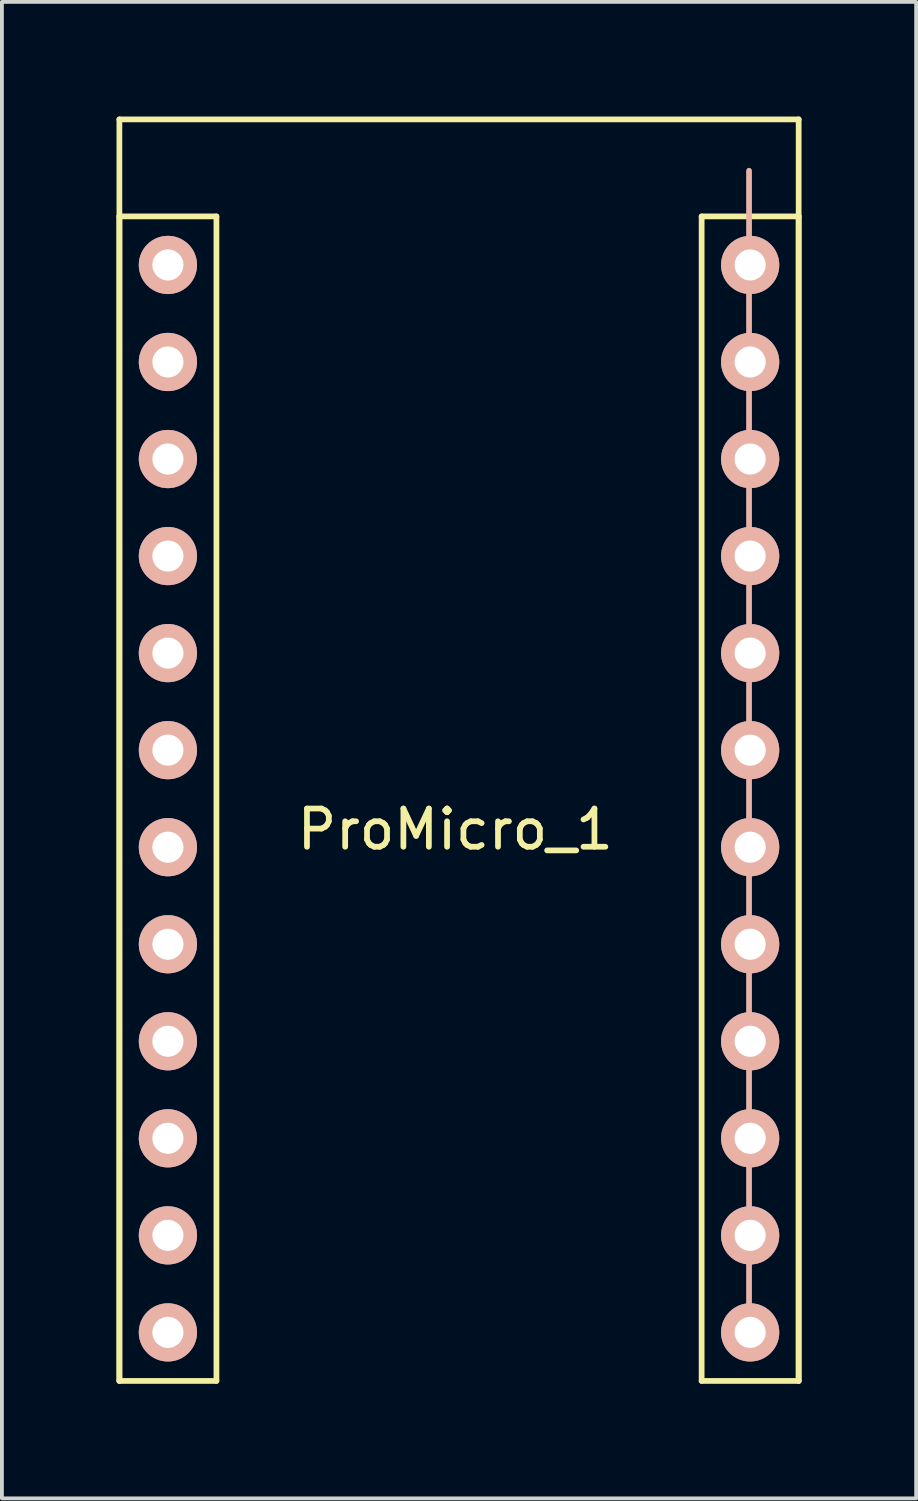
<source format=kicad_pcb>
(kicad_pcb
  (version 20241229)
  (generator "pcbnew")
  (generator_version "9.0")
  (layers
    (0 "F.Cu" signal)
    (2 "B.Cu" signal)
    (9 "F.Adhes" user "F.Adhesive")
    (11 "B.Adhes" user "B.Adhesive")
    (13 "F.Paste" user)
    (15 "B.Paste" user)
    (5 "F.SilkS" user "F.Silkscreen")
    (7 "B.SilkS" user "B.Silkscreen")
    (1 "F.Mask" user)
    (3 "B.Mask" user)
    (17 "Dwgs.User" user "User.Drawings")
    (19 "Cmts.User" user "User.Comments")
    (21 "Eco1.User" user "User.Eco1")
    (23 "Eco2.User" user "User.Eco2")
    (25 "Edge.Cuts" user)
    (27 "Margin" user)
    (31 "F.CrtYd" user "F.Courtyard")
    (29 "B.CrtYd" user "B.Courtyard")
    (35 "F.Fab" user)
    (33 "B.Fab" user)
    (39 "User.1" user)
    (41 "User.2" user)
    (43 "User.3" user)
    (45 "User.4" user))
  (footprint "ProMicro_1"
    (layer "F.Cu")
    (at 8.866 17.459)
    (property "Reference" "ProMicro_1" (at 0 1.2 0) (layer "F.SilkS") (effects (font (size 1 1) (thickness 0.15))))
    (attr through_hole)
    (fp_line (start -8.791 -17.384) (end -8.791 15.636) (stroke (width 0.15) (type solid)) (layer "F.SilkS"))
    (fp_line (start -8.791 -14.844) (end -8.791 15.636) (stroke (width 0.15) (type solid)) (layer "F.SilkS"))
    (fp_line (start -8.791 15.636) (end -6.251 15.636) (stroke (width 0.15) (type solid)) (layer "F.SilkS"))
    (fp_line (start -6.251 -14.844) (end -8.791 -14.844) (stroke (width 0.15) (type solid)) (layer "F.SilkS"))
    (fp_line (start -6.251 15.636) (end -6.251 -14.844) (stroke (width 0.15) (type solid)) (layer "F.SilkS"))
    (fp_line (start 6.449 -14.844) (end 6.449 15.636) (stroke (width 0.15) (type solid)) (layer "F.SilkS"))
    (fp_line (start 6.449 15.636) (end 8.989 15.636) (stroke (width 0.15) (type solid)) (layer "F.SilkS"))
    (fp_line (start 8.989 -17.384) (end -8.791 -17.384) (stroke (width 0.15) (type solid)) (layer "F.SilkS"))
    (fp_line (start 8.989 -14.844) (end 6.449 -14.844) (stroke (width 0.15) (type solid)) (layer "F.SilkS"))
    (fp_line (start 8.989 15.636) (end 8.989 -17.384) (stroke (width 0.15) (type solid)) (layer "F.SilkS"))
    (fp_line (start 8.989 15.636) (end 8.989 -14.844) (stroke (width 0.15) (type solid)) (layer "F.SilkS"))
    (fp_line (start 7.69 -16.04) (end 7.69 14.44) (stroke (width 0.15) (type solid)) (layer "B.SilkS"))
    (pad "1" thru_hole circle (at 7.719 -13.574 180) (size 1.524 1.524) (drill 0.813) (layers "*.Cu" "*.Mask" "B.SilkS"))
    (pad "2" thru_hole circle (at 7.719 -11.034 180) (size 1.524 1.524) (drill 0.813) (layers "*.Cu" "*.Mask" "B.SilkS"))
    (pad "3" thru_hole circle (at 7.719 -8.494 180) (size 1.524 1.524) (drill 0.813) (layers "*.Cu" "*.Mask" "B.SilkS"))
    (pad "4" thru_hole circle (at 7.719 -5.954 180) (size 1.524 1.524) (drill 0.813) (layers "*.Cu" "*.Mask" "B.SilkS"))
    (pad "5" thru_hole circle (at 7.719 -3.414 180) (size 1.524 1.524) (drill 0.813) (layers "*.Cu" "*.Mask" "B.SilkS"))
    (pad "6" thru_hole circle (at 7.719 -0.874 180) (size 1.524 1.524) (drill 0.813) (layers "*.Cu" "*.Mask" "B.SilkS"))
    (pad "7" thru_hole circle (at 7.719 1.666 180) (size 1.524 1.524) (drill 0.813) (layers "*.Cu" "*.Mask" "B.SilkS"))
    (pad "8" thru_hole circle (at 7.719 4.206 180) (size 1.524 1.524) (drill 0.813) (layers "*.Cu" "*.Mask" "B.SilkS"))
    (pad "9" thru_hole circle (at 7.719 6.746 180) (size 1.524 1.524) (drill 0.813) (layers "*.Cu" "*.Mask" "B.SilkS"))
    (pad "10" thru_hole circle (at 7.719 9.286 180) (size 1.524 1.524) (drill 0.813) (layers "*.Cu" "*.Mask" "B.SilkS"))
    (pad "11" thru_hole circle (at 7.719 11.826 180) (size 1.524 1.524) (drill 0.813) (layers "*.Cu" "*.Mask" "B.SilkS"))
    (pad "12" thru_hole circle (at 7.719 14.366 180) (size 1.524 1.524) (drill 0.813) (layers "*.Cu" "*.Mask" "B.SilkS"))
    (pad "13" thru_hole circle (at -7.521 14.366 180) (size 1.524 1.524) (drill 0.813) (layers "*.Cu" "*.Mask" "B.SilkS"))
    (pad "14" thru_hole circle (at -7.521 11.826 180) (size 1.524 1.524) (drill 0.813) (layers "*.Cu" "*.Mask" "B.SilkS"))
    (pad "15" thru_hole circle (at -7.521 9.286 180) (size 1.524 1.524) (drill 0.813) (layers "*.Cu" "*.Mask" "B.SilkS"))
    (pad "16" thru_hole circle (at -7.521 6.746 180) (size 1.524 1.524) (drill 0.813) (layers "*.Cu" "*.Mask" "B.SilkS"))
    (pad "17" thru_hole circle (at -7.521 4.206 180) (size 1.524 1.524) (drill 0.813) (layers "*.Cu" "*.Mask" "B.SilkS"))
    (pad "18" thru_hole circle (at -7.521 1.666 180) (size 1.524 1.524) (drill 0.813) (layers "*.Cu" "*.Mask" "B.SilkS"))
    (pad "19" thru_hole circle (at -7.521 -0.874 180) (size 1.524 1.524) (drill 0.813) (layers "*.Cu" "*.Mask" "B.SilkS"))
    (pad "20" thru_hole circle (at -7.521 -3.414 180) (size 1.524 1.524) (drill 0.813) (layers "*.Cu" "*.Mask" "B.SilkS"))
    (pad "21" thru_hole circle (at -7.521 -5.954 180) (size 1.524 1.524) (drill 0.813) (layers "*.Cu" "*.Mask" "B.SilkS"))
    (pad "22" thru_hole circle (at -7.521 -8.494 180) (size 1.524 1.524) (drill 0.813) (layers "*.Cu" "*.Mask" "B.SilkS"))
    (pad "23" thru_hole circle (at -7.521 -11.034 180) (size 1.524 1.524) (drill 0.813) (layers "*.Cu" "*.Mask" "B.SilkS"))
    (pad "24" thru_hole circle (at -7.521 -13.574 180) (size 1.524 1.524) (drill 0.813) (layers "*.Cu" "*.Mask" "B.SilkS")))
  (gr_rect
    (start -3 -3)
    (end 20.93 36.17)
    (stroke (width 0.1) (type default))
    (fill no)
    (layer "Edge.Cuts")))
</source>
